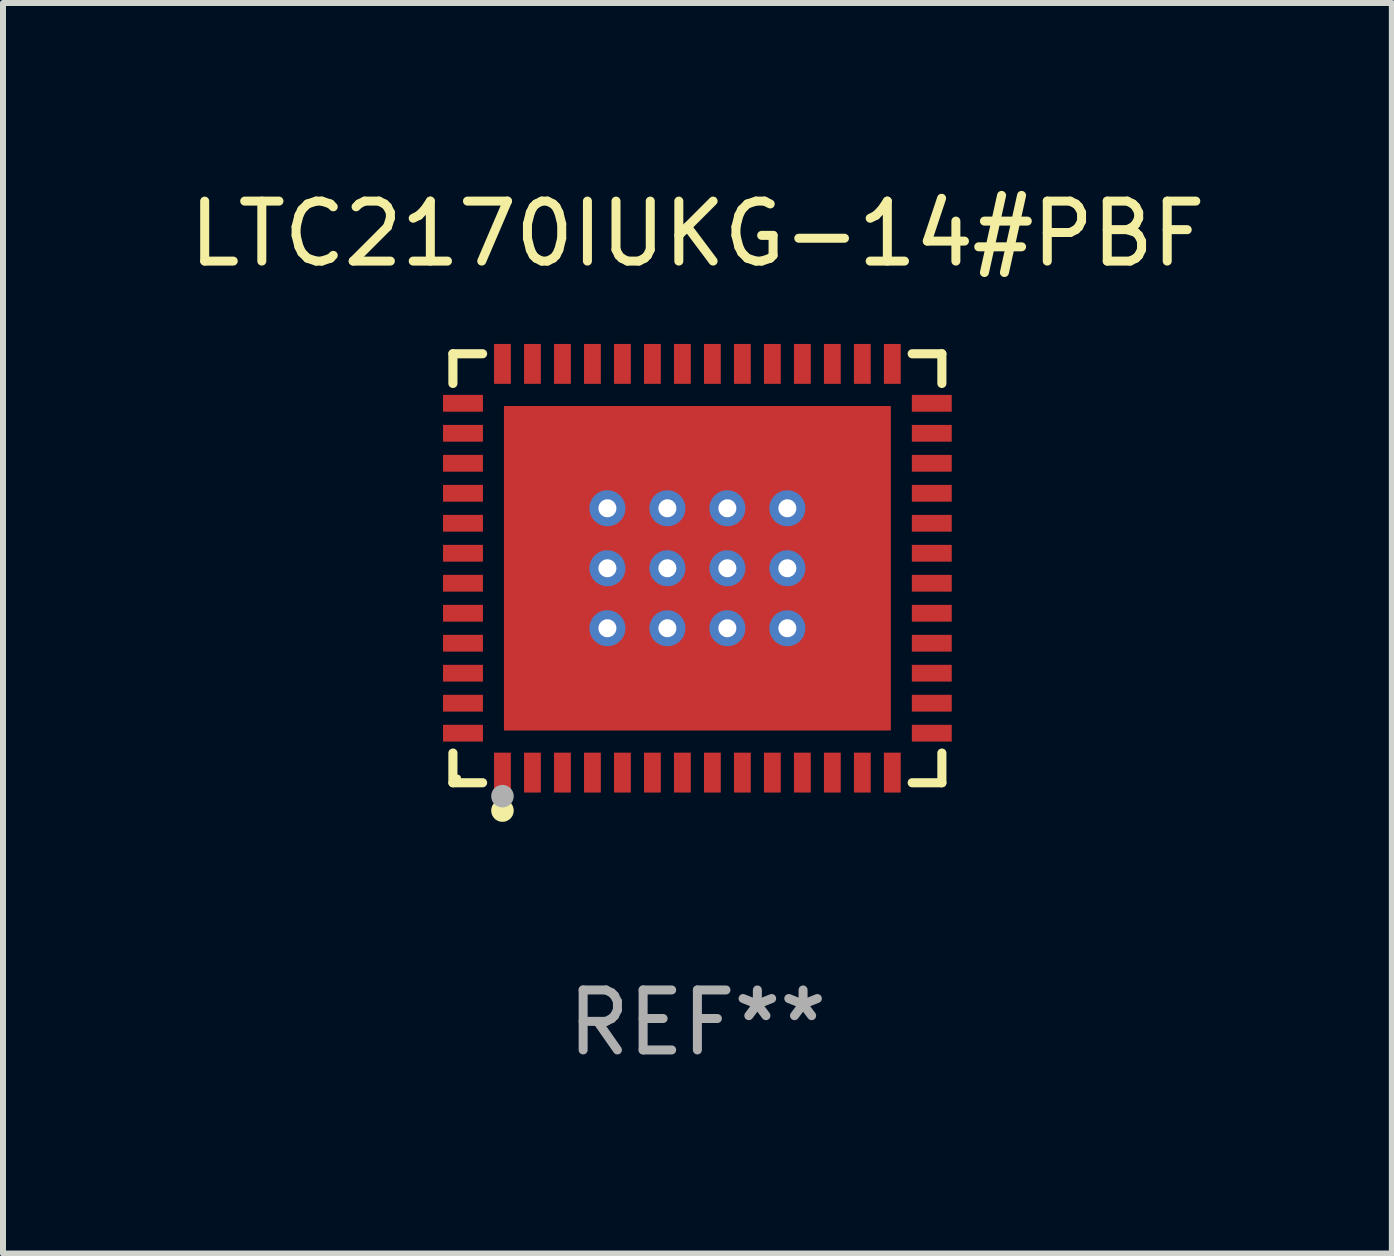
<source format=kicad_pcb>
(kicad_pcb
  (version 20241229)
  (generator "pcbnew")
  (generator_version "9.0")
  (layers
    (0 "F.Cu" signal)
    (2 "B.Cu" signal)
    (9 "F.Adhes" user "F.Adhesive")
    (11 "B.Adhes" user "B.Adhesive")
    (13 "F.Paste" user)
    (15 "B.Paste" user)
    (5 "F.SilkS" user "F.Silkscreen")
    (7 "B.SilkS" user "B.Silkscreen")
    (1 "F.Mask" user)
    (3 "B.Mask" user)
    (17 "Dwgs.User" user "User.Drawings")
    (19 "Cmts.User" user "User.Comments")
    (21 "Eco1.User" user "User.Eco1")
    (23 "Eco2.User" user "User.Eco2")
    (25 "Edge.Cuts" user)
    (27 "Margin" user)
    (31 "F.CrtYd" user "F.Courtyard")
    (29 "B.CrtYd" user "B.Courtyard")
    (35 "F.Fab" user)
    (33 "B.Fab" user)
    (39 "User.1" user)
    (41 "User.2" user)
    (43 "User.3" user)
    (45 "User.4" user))
  (footprint "LTC2170IUKG-14#PBF"
    (layer "F.Cu")
    (at 8.577 6.424)
    (property "Reference" "LTC2170IUKG-14#PBF" (at 0 -5.576 0) (layer "F.SilkS") (effects (font (size 1 1) (thickness 0.15))))
    (attr through_hole)
    (fp_line (start -4.076 -3.576) (end -3.581 -3.576) (stroke (width 0.152) (type solid)) (layer "F.SilkS"))
    (fp_line (start -4.076 -3.081) (end -4.076 -3.576) (stroke (width 0.152) (type solid)) (layer "F.SilkS"))
    (fp_line (start -4.076 3.081) (end -4.076 3.576) (stroke (width 0.152) (type solid)) (layer "F.SilkS"))
    (fp_line (start -4.076 3.576) (end -3.581 3.576) (stroke (width 0.152) (type solid)) (layer "F.SilkS"))
    (fp_line (start 4.076 -3.576) (end 3.581 -3.576) (stroke (width 0.152) (type solid)) (layer "F.SilkS"))
    (fp_line (start 4.076 -3.081) (end 4.076 -3.576) (stroke (width 0.152) (type solid)) (layer "F.SilkS"))
    (fp_line (start 4.076 3.081) (end 4.076 3.576) (stroke (width 0.152) (type solid)) (layer "F.SilkS"))
    (fp_line (start 4.076 3.576) (end 3.581 3.576) (stroke (width 0.152) (type solid)) (layer "F.SilkS"))
    (fp_circle (center -4 3.5) (end -3.97 3.5) (stroke (width 0.06) (type solid)) (fill no) (layer "F.SilkS"))
    (fp_circle (center -3.25 4.04) (end -3.156 4.04) (stroke (width 0.188) (type solid)) (fill no) (layer "F.SilkS"))
    (fp_circle (center -3.25 3.8) (end -3.156 3.8) (stroke (width 0.188) (type solid)) (fill no) (layer "F.Fab"))
    (fp_text user "REF**" (at 0 7.576 0) (layer "F.Fab") (effects (font (size 1 1) (thickness 0.15))))
    (pad "1" smd rect (at -3.25 3.407) (size 0.28 0.665) (layers "F.Cu" "F.Mask" "F.Paste"))
    (pad "2" smd rect (at -2.75 3.407) (size 0.28 0.665) (layers "F.Cu" "F.Mask" "F.Paste"))
    (pad "3" smd rect (at -2.25 3.407) (size 0.28 0.665) (layers "F.Cu" "F.Mask" "F.Paste"))
    (pad "4" smd rect (at -1.75 3.407) (size 0.28 0.665) (layers "F.Cu" "F.Mask" "F.Paste"))
    (pad "5" smd rect (at -1.25 3.407) (size 0.28 0.665) (layers "F.Cu" "F.Mask" "F.Paste"))
    (pad "6" smd rect (at -0.75 3.407) (size 0.28 0.665) (layers "F.Cu" "F.Mask" "F.Paste"))
    (pad "7" smd rect (at -0.25 3.407) (size 0.28 0.665) (layers "F.Cu" "F.Mask" "F.Paste"))
    (pad "8" smd rect (at 0.25 3.407) (size 0.28 0.665) (layers "F.Cu" "F.Mask" "F.Paste"))
    (pad "9" smd rect (at 0.75 3.407) (size 0.28 0.665) (layers "F.Cu" "F.Mask" "F.Paste"))
    (pad "10" smd rect (at 1.25 3.407) (size 0.28 0.665) (layers "F.Cu" "F.Mask" "F.Paste"))
    (pad "11" smd rect (at 1.75 3.407) (size 0.28 0.665) (layers "F.Cu" "F.Mask" "F.Paste"))
    (pad "12" smd rect (at 2.25 3.407) (size 0.28 0.665) (layers "F.Cu" "F.Mask" "F.Paste"))
    (pad "13" smd rect (at 2.75 3.407) (size 0.28 0.665) (layers "F.Cu" "F.Mask" "F.Paste"))
    (pad "14" smd rect (at 3.25 3.407) (size 0.28 0.665) (layers "F.Cu" "F.Mask" "F.Paste"))
    (pad "15" smd rect (at 3.908 2.75) (size 0.665 0.28) (layers "F.Cu" "F.Mask" "F.Paste"))
    (pad "16" smd rect (at 3.908 2.25) (size 0.665 0.28) (layers "F.Cu" "F.Mask" "F.Paste"))
    (pad "17" smd rect (at 3.908 1.75) (size 0.665 0.28) (layers "F.Cu" "F.Mask" "F.Paste"))
    (pad "18" smd rect (at 3.908 1.25) (size 0.665 0.28) (layers "F.Cu" "F.Mask" "F.Paste"))
    (pad "19" smd rect (at 3.908 0.75) (size 0.665 0.28) (layers "F.Cu" "F.Mask" "F.Paste"))
    (pad "20" smd rect (at 3.908 0.25) (size 0.665 0.28) (layers "F.Cu" "F.Mask" "F.Paste"))
    (pad "21" smd rect (at 3.908 -0.25) (size 0.665 0.28) (layers "F.Cu" "F.Mask" "F.Paste"))
    (pad "22" smd rect (at 3.908 -0.75) (size 0.665 0.28) (layers "F.Cu" "F.Mask" "F.Paste"))
    (pad "23" smd rect (at 3.908 -1.25) (size 0.665 0.28) (layers "F.Cu" "F.Mask" "F.Paste"))
    (pad "24" smd rect (at 3.908 -1.75) (size 0.665 0.28) (layers "F.Cu" "F.Mask" "F.Paste"))
    (pad "25" smd rect (at 3.908 -2.25) (size 0.665 0.28) (layers "F.Cu" "F.Mask" "F.Paste"))
    (pad "26" smd rect (at 3.908 -2.75) (size 0.665 0.28) (layers "F.Cu" "F.Mask" "F.Paste"))
    (pad "27" smd rect (at 3.25 -3.407) (size 0.28 0.665) (layers "F.Cu" "F.Mask" "F.Paste"))
    (pad "28" smd rect (at 2.75 -3.407) (size 0.28 0.665) (layers "F.Cu" "F.Mask" "F.Paste"))
    (pad "29" smd rect (at 2.25 -3.407) (size 0.28 0.665) (layers "F.Cu" "F.Mask" "F.Paste"))
    (pad "30" smd rect (at 1.75 -3.407) (size 0.28 0.665) (layers "F.Cu" "F.Mask" "F.Paste"))
    (pad "31" smd rect (at 1.25 -3.407) (size 0.28 0.665) (layers "F.Cu" "F.Mask" "F.Paste"))
    (pad "32" smd rect (at 0.75 -3.407) (size 0.28 0.665) (layers "F.Cu" "F.Mask" "F.Paste"))
    (pad "33" smd rect (at 0.25 -3.407) (size 0.28 0.665) (layers "F.Cu" "F.Mask" "F.Paste"))
    (pad "34" smd rect (at -0.25 -3.407) (size 0.28 0.665) (layers "F.Cu" "F.Mask" "F.Paste"))
    (pad "35" smd rect (at -0.75 -3.407) (size 0.28 0.665) (layers "F.Cu" "F.Mask" "F.Paste"))
    (pad "36" smd rect (at -1.25 -3.407) (size 0.28 0.665) (layers "F.Cu" "F.Mask" "F.Paste"))
    (pad "37" smd rect (at -1.75 -3.407) (size 0.28 0.665) (layers "F.Cu" "F.Mask" "F.Paste"))
    (pad "38" smd rect (at -2.25 -3.407) (size 0.28 0.665) (layers "F.Cu" "F.Mask" "F.Paste"))
    (pad "39" smd rect (at -2.75 -3.407) (size 0.28 0.665) (layers "F.Cu" "F.Mask" "F.Paste"))
    (pad "40" smd rect (at -3.25 -3.407) (size 0.28 0.665) (layers "F.Cu" "F.Mask" "F.Paste"))
    (pad "41" smd rect (at -3.908 -2.75) (size 0.665 0.28) (layers "F.Cu" "F.Mask" "F.Paste"))
    (pad "42" smd rect (at -3.908 -2.25) (size 0.665 0.28) (layers "F.Cu" "F.Mask" "F.Paste"))
    (pad "43" smd rect (at -3.908 -1.75) (size 0.665 0.28) (layers "F.Cu" "F.Mask" "F.Paste"))
    (pad "44" smd rect (at -3.908 -1.25) (size 0.665 0.28) (layers "F.Cu" "F.Mask" "F.Paste"))
    (pad "45" smd rect (at -3.908 -0.75) (size 0.665 0.28) (layers "F.Cu" "F.Mask" "F.Paste"))
    (pad "46" smd rect (at -3.908 -0.25) (size 0.665 0.28) (layers "F.Cu" "F.Mask" "F.Paste"))
    (pad "47" smd rect (at -3.908 0.25) (size 0.665 0.28) (layers "F.Cu" "F.Mask" "F.Paste"))
    (pad "48" smd rect (at -3.908 0.75) (size 0.665 0.28) (layers "F.Cu" "F.Mask" "F.Paste"))
    (pad "49" smd rect (at -3.908 1.25) (size 0.665 0.28) (layers "F.Cu" "F.Mask" "F.Paste"))
    (pad "50" smd rect (at -3.908 1.75) (size 0.665 0.28) (layers "F.Cu" "F.Mask" "F.Paste"))
    (pad "51" smd rect (at -3.908 2.25) (size 0.665 0.28) (layers "F.Cu" "F.Mask" "F.Paste"))
    (pad "52" smd rect (at -3.908 2.75) (size 0.665 0.28) (layers "F.Cu" "F.Mask" "F.Paste"))
    (pad "53" thru_hole circle (at -1.5 -1) (size 0.6 0.6) (drill 0.3) (layers "*.Cu" "*.Mask"))
    (pad "53" thru_hole circle (at -1.5 0) (size 0.6 0.6) (drill 0.3) (layers "*.Cu" "*.Mask"))
    (pad "53" thru_hole circle (at -1.5 1) (size 0.6 0.6) (drill 0.3) (layers "*.Cu" "*.Mask"))
    (pad "53" thru_hole circle (at -0.5 -1) (size 0.6 0.6) (drill 0.3) (layers "*.Cu" "*.Mask"))
    (pad "53" thru_hole circle (at -0.5 0) (size 0.6 0.6) (drill 0.3) (layers "*.Cu" "*.Mask"))
    (pad "53" thru_hole circle (at -0.5 1) (size 0.6 0.6) (drill 0.3) (layers "*.Cu" "*.Mask"))
    (pad "53" smd rect (at 0 0) (size 6.45 5.41) (layers "F.Cu" "F.Mask" "F.Paste"))
    (pad "53" thru_hole circle (at 0.5 -1) (size 0.6 0.6) (drill 0.3) (layers "*.Cu" "*.Mask"))
    (pad "53" thru_hole circle (at 0.5 0) (size 0.6 0.6) (drill 0.3) (layers "*.Cu" "*.Mask"))
    (pad "53" thru_hole circle (at 0.5 1) (size 0.6 0.6) (drill 0.3) (layers "*.Cu" "*.Mask"))
    (pad "53" thru_hole circle (at 1.5 -1) (size 0.6 0.6) (drill 0.3) (layers "*.Cu" "*.Mask"))
    (pad "53" thru_hole circle (at 1.5 0) (size 0.6 0.6) (drill 0.3) (layers "*.Cu" "*.Mask"))
    (pad "53" thru_hole circle (at 1.5 1) (size 0.6 0.6) (drill 0.3) (layers "*.Cu" "*.Mask")))
  (gr_rect
    (start -3 -3)
    (end 20.155 17.849)
    (stroke (width 0.1) (type default))
    (fill no)
    (layer "Edge.Cuts")))
</source>
